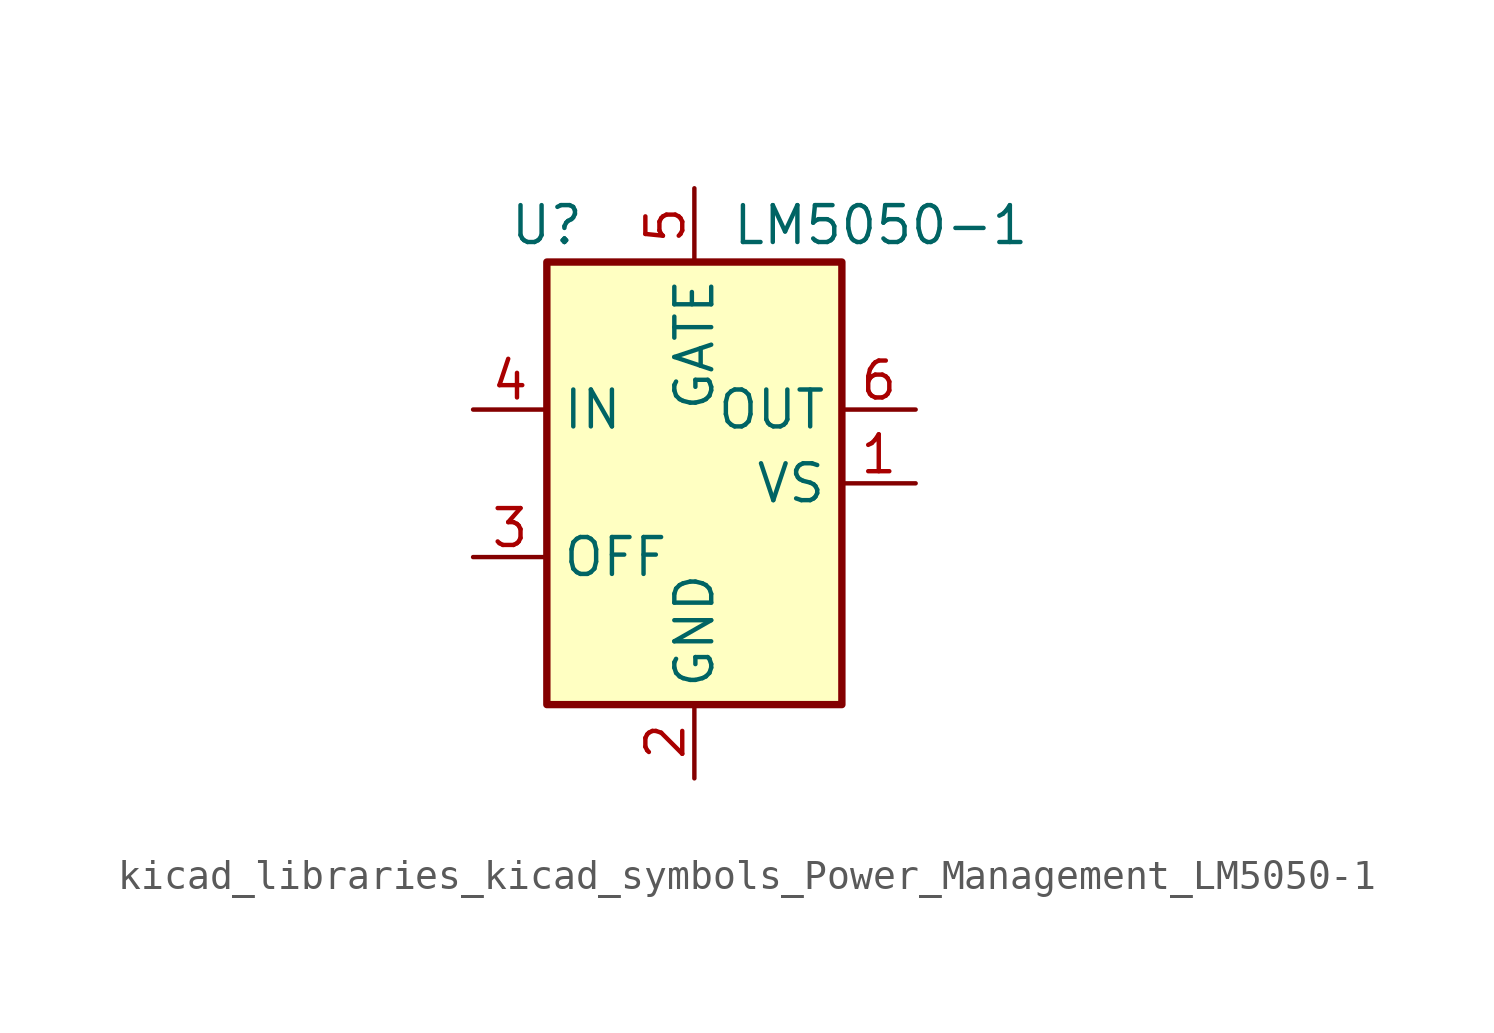
<source format=kicad_sym>
(kicad_symbol_lib
  (version 20220914)
  (generator kicad_symbol_editor)
  (symbol "kicad_libraries_kicad_symbols_Power_Management_LM5050-1"
    (property "Reference" "U"
      (at -5.08 8.89 0)
      (effects (font (size 1.27 1.27))))
    (property "Value" "LM5050-1"
      (at 1.27 8.89 0)
      (effects (font (size 1.27 1.27)) (justify left)))
    (symbol "kicad_libraries_kicad_symbols_Power_Management_LM5050-1_0_1"
      (rectangle (start -5.08 7.62) (end 5.08 -7.62) (stroke (width 0.254) (type default)) (fill (type background))))
    (symbol "kicad_libraries_kicad_symbols_Power_Management_LM5050-1_1_1"
      (pin passive line (at 7.62 0 180) (length 2.54) (name "VS" (effects (font (size 1.27 1.27)))) (number "1" (effects (font (size 1.27 1.27)))))
      (pin power_in line (at 0 -10.16 90) (length 2.54) (name "GND" (effects (font (size 1.27 1.27)))) (number "2" (effects (font (size 1.27 1.27)))))
      (pin input line (at -7.62 -2.54 0) (length 2.54) (name "OFF" (effects (font (size 1.27 1.27)))) (number "3" (effects (font (size 1.27 1.27)))))
      (pin input line (at -7.62 2.54 0) (length 2.54) (name "IN" (effects (font (size 1.27 1.27)))) (number "4" (effects (font (size 1.27 1.27)))))
      (pin output line (at 0 10.16 270) (length 2.54) (name "GATE" (effects (font (size 1.27 1.27)))) (number "5" (effects (font (size 1.27 1.27)))))
      (pin input line (at 7.62 2.54 180) (length 2.54) (name "OUT" (effects (font (size 1.27 1.27)))) (number "6" (effects (font (size 1.27 1.27))))))))
</source>
